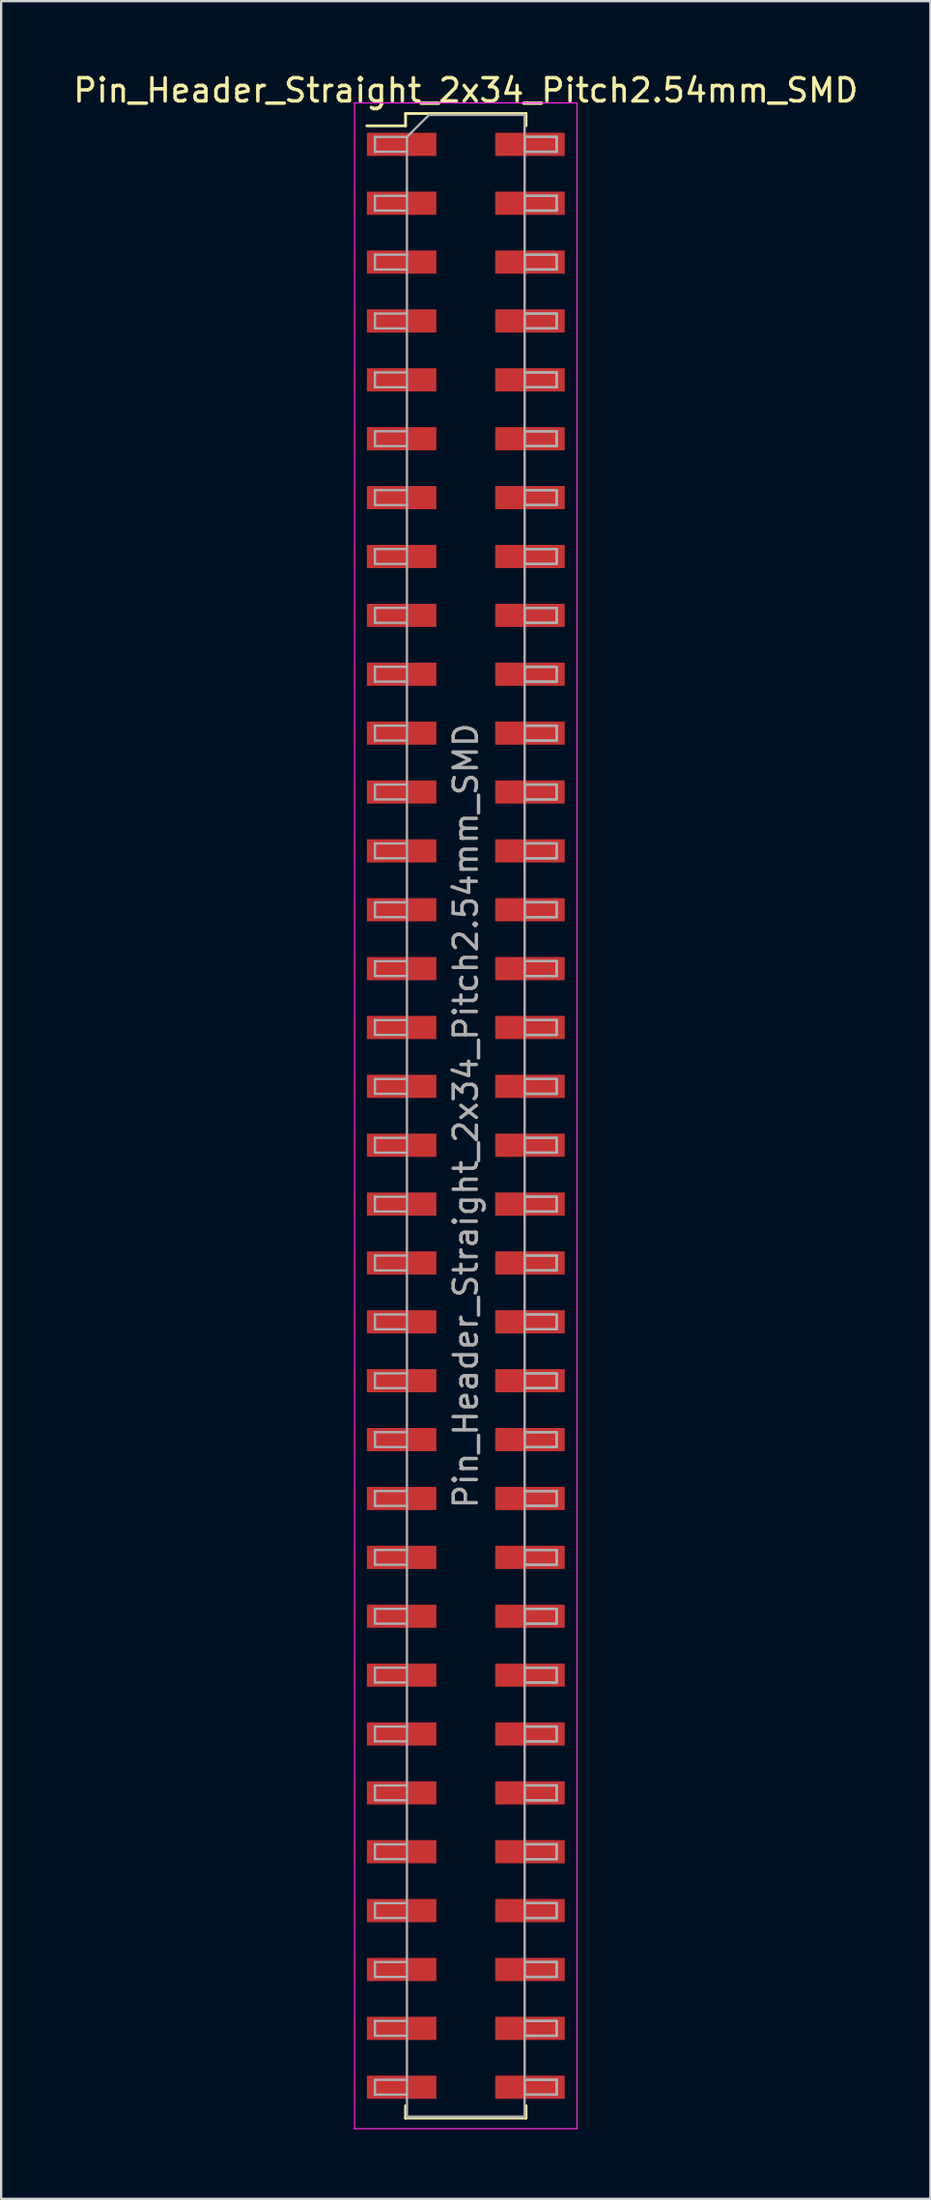
<source format=kicad_pcb>
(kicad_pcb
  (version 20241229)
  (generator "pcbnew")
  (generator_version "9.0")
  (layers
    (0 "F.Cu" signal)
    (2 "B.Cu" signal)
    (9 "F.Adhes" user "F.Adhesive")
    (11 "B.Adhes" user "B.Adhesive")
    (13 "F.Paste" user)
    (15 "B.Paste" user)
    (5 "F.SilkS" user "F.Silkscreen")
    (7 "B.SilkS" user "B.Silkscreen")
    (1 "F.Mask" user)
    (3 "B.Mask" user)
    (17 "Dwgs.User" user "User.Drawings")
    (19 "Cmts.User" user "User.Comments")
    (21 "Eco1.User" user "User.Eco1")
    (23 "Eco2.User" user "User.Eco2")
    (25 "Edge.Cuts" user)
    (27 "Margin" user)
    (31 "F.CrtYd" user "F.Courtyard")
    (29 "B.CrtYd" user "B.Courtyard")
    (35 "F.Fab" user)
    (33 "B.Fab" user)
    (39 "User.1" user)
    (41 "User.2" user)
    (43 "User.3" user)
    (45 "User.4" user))
  (footprint "Pin_Header_Straight_2x34_Pitch2.54mm_SMD"
    (layer "F.Cu")
    (at 17.054 45.088)
    (property "Reference" "Pin_Header_Straight_2x34_Pitch2.54mm_SMD" (at 0 -44.24 0) (layer "F.SilkS") (effects (font (size 1 1) (thickness 0.15))))
    (attr smd)
    (fp_line (start -4.27 -42.71) (end -2.6 -42.71) (stroke (width 0.12) (type solid)) (layer "F.SilkS"))
    (fp_line (start -2.6 -43.24) (end 2.6 -43.24) (stroke (width 0.12) (type solid)) (layer "F.SilkS"))
    (fp_line (start -2.6 -42.71) (end -2.6 -43.24) (stroke (width 0.12) (type solid)) (layer "F.SilkS"))
    (fp_line (start -2.6 42.71) (end -2.6 43.24) (stroke (width 0.12) (type solid)) (layer "F.SilkS"))
    (fp_line (start -2.6 43.24) (end 2.6 43.24) (stroke (width 0.12) (type solid)) (layer "F.SilkS"))
    (fp_line (start 2.6 -43.24) (end 2.6 -42.71) (stroke (width 0.12) (type solid)) (layer "F.SilkS"))
    (fp_line (start 2.6 43.24) (end 2.6 42.71) (stroke (width 0.12) (type solid)) (layer "F.SilkS"))
    (fp_line (start -4.8 -43.7) (end -4.8 43.7) (stroke (width 0.05) (type solid)) (layer "F.CrtYd"))
    (fp_line (start -4.8 43.7) (end 4.8 43.7) (stroke (width 0.05) (type solid)) (layer "F.CrtYd"))
    (fp_line (start 4.8 -43.7) (end -4.8 -43.7) (stroke (width 0.05) (type solid)) (layer "F.CrtYd"))
    (fp_line (start 4.8 43.7) (end 4.8 -43.7) (stroke (width 0.05) (type solid)) (layer "F.CrtYd"))
    (fp_line (start -3.92 -42.23) (end -3.92 -41.59) (stroke (width 0.1) (type solid)) (layer "F.Fab"))
    (fp_line (start -3.92 -41.59) (end -2.54 -41.59) (stroke (width 0.1) (type solid)) (layer "F.Fab"))
    (fp_line (start -3.92 -39.69) (end -3.92 -39.05) (stroke (width 0.1) (type solid)) (layer "F.Fab"))
    (fp_line (start -3.92 -39.05) (end -2.54 -39.05) (stroke (width 0.1) (type solid)) (layer "F.Fab"))
    (fp_line (start -3.92 -37.15) (end -3.92 -36.51) (stroke (width 0.1) (type solid)) (layer "F.Fab"))
    (fp_line (start -3.92 -36.51) (end -2.54 -36.51) (stroke (width 0.1) (type solid)) (layer "F.Fab"))
    (fp_line (start -3.92 -34.61) (end -3.92 -33.97) (stroke (width 0.1) (type solid)) (layer "F.Fab"))
    (fp_line (start -3.92 -33.97) (end -2.54 -33.97) (stroke (width 0.1) (type solid)) (layer "F.Fab"))
    (fp_line (start -3.92 -32.07) (end -3.92 -31.43) (stroke (width 0.1) (type solid)) (layer "F.Fab"))
    (fp_line (start -3.92 -31.43) (end -2.54 -31.43) (stroke (width 0.1) (type solid)) (layer "F.Fab"))
    (fp_line (start -3.92 -29.53) (end -3.92 -28.89) (stroke (width 0.1) (type solid)) (layer "F.Fab"))
    (fp_line (start -3.92 -28.89) (end -2.54 -28.89) (stroke (width 0.1) (type solid)) (layer "F.Fab"))
    (fp_line (start -3.92 -26.99) (end -3.92 -26.35) (stroke (width 0.1) (type solid)) (layer "F.Fab"))
    (fp_line (start -3.92 -26.35) (end -2.54 -26.35) (stroke (width 0.1) (type solid)) (layer "F.Fab"))
    (fp_line (start -3.92 -24.45) (end -3.92 -23.81) (stroke (width 0.1) (type solid)) (layer "F.Fab"))
    (fp_line (start -3.92 -23.81) (end -2.54 -23.81) (stroke (width 0.1) (type solid)) (layer "F.Fab"))
    (fp_line (start -3.92 -21.91) (end -3.92 -21.27) (stroke (width 0.1) (type solid)) (layer "F.Fab"))
    (fp_line (start -3.92 -21.27) (end -2.54 -21.27) (stroke (width 0.1) (type solid)) (layer "F.Fab"))
    (fp_line (start -3.92 -19.37) (end -3.92 -18.73) (stroke (width 0.1) (type solid)) (layer "F.Fab"))
    (fp_line (start -3.92 -18.73) (end -2.54 -18.73) (stroke (width 0.1) (type solid)) (layer "F.Fab"))
    (fp_line (start -3.92 -16.83) (end -3.92 -16.19) (stroke (width 0.1) (type solid)) (layer "F.Fab"))
    (fp_line (start -3.92 -16.19) (end -2.54 -16.19) (stroke (width 0.1) (type solid)) (layer "F.Fab"))
    (fp_line (start -3.92 -14.29) (end -3.92 -13.65) (stroke (width 0.1) (type solid)) (layer "F.Fab"))
    (fp_line (start -3.92 -13.65) (end -2.54 -13.65) (stroke (width 0.1) (type solid)) (layer "F.Fab"))
    (fp_line (start -3.92 -11.75) (end -3.92 -11.11) (stroke (width 0.1) (type solid)) (layer "F.Fab"))
    (fp_line (start -3.92 -11.11) (end -2.54 -11.11) (stroke (width 0.1) (type solid)) (layer "F.Fab"))
    (fp_line (start -3.92 -9.21) (end -3.92 -8.57) (stroke (width 0.1) (type solid)) (layer "F.Fab"))
    (fp_line (start -3.92 -8.57) (end -2.54 -8.57) (stroke (width 0.1) (type solid)) (layer "F.Fab"))
    (fp_line (start -3.92 -6.67) (end -3.92 -6.03) (stroke (width 0.1) (type solid)) (layer "F.Fab"))
    (fp_line (start -3.92 -6.03) (end -2.54 -6.03) (stroke (width 0.1) (type solid)) (layer "F.Fab"))
    (fp_line (start -3.92 -4.13) (end -3.92 -3.49) (stroke (width 0.1) (type solid)) (layer "F.Fab"))
    (fp_line (start -3.92 -3.49) (end -2.54 -3.49) (stroke (width 0.1) (type solid)) (layer "F.Fab"))
    (fp_line (start -3.92 -1.59) (end -3.92 -0.95) (stroke (width 0.1) (type solid)) (layer "F.Fab"))
    (fp_line (start -3.92 -0.95) (end -2.54 -0.95) (stroke (width 0.1) (type solid)) (layer "F.Fab"))
    (fp_line (start -3.92 0.95) (end -3.92 1.59) (stroke (width 0.1) (type solid)) (layer "F.Fab"))
    (fp_line (start -3.92 1.59) (end -2.54 1.59) (stroke (width 0.1) (type solid)) (layer "F.Fab"))
    (fp_line (start -3.92 3.49) (end -3.92 4.13) (stroke (width 0.1) (type solid)) (layer "F.Fab"))
    (fp_line (start -3.92 4.13) (end -2.54 4.13) (stroke (width 0.1) (type solid)) (layer "F.Fab"))
    (fp_line (start -3.92 6.03) (end -3.92 6.67) (stroke (width 0.1) (type solid)) (layer "F.Fab"))
    (fp_line (start -3.92 6.67) (end -2.54 6.67) (stroke (width 0.1) (type solid)) (layer "F.Fab"))
    (fp_line (start -3.92 8.57) (end -3.92 9.21) (stroke (width 0.1) (type solid)) (layer "F.Fab"))
    (fp_line (start -3.92 9.21) (end -2.54 9.21) (stroke (width 0.1) (type solid)) (layer "F.Fab"))
    (fp_line (start -3.92 11.11) (end -3.92 11.75) (stroke (width 0.1) (type solid)) (layer "F.Fab"))
    (fp_line (start -3.92 11.75) (end -2.54 11.75) (stroke (width 0.1) (type solid)) (layer "F.Fab"))
    (fp_line (start -3.92 13.65) (end -3.92 14.29) (stroke (width 0.1) (type solid)) (layer "F.Fab"))
    (fp_line (start -3.92 14.29) (end -2.54 14.29) (stroke (width 0.1) (type solid)) (layer "F.Fab"))
    (fp_line (start -3.92 16.19) (end -3.92 16.83) (stroke (width 0.1) (type solid)) (layer "F.Fab"))
    (fp_line (start -3.92 16.83) (end -2.54 16.83) (stroke (width 0.1) (type solid)) (layer "F.Fab"))
    (fp_line (start -3.92 18.73) (end -3.92 19.37) (stroke (width 0.1) (type solid)) (layer "F.Fab"))
    (fp_line (start -3.92 19.37) (end -2.54 19.37) (stroke (width 0.1) (type solid)) (layer "F.Fab"))
    (fp_line (start -3.92 21.27) (end -3.92 21.91) (stroke (width 0.1) (type solid)) (layer "F.Fab"))
    (fp_line (start -3.92 21.91) (end -2.54 21.91) (stroke (width 0.1) (type solid)) (layer "F.Fab"))
    (fp_line (start -3.92 23.81) (end -3.92 24.45) (stroke (width 0.1) (type solid)) (layer "F.Fab"))
    (fp_line (start -3.92 24.45) (end -2.54 24.45) (stroke (width 0.1) (type solid)) (layer "F.Fab"))
    (fp_line (start -3.92 26.35) (end -3.92 26.99) (stroke (width 0.1) (type solid)) (layer "F.Fab"))
    (fp_line (start -3.92 26.99) (end -2.54 26.99) (stroke (width 0.1) (type solid)) (layer "F.Fab"))
    (fp_line (start -3.92 28.89) (end -3.92 29.53) (stroke (width 0.1) (type solid)) (layer "F.Fab"))
    (fp_line (start -3.92 29.53) (end -2.54 29.53) (stroke (width 0.1) (type solid)) (layer "F.Fab"))
    (fp_line (start -3.92 31.43) (end -3.92 32.07) (stroke (width 0.1) (type solid)) (layer "F.Fab"))
    (fp_line (start -3.92 32.07) (end -2.54 32.07) (stroke (width 0.1) (type solid)) (layer "F.Fab"))
    (fp_line (start -3.92 33.97) (end -3.92 34.61) (stroke (width 0.1) (type solid)) (layer "F.Fab"))
    (fp_line (start -3.92 34.61) (end -2.54 34.61) (stroke (width 0.1) (type solid)) (layer "F.Fab"))
    (fp_line (start -3.92 36.51) (end -3.92 37.15) (stroke (width 0.1) (type solid)) (layer "F.Fab"))
    (fp_line (start -3.92 37.15) (end -2.54 37.15) (stroke (width 0.1) (type solid)) (layer "F.Fab"))
    (fp_line (start -3.92 39.05) (end -3.92 39.69) (stroke (width 0.1) (type solid)) (layer "F.Fab"))
    (fp_line (start -3.92 39.69) (end -2.54 39.69) (stroke (width 0.1) (type solid)) (layer "F.Fab"))
    (fp_line (start -3.92 41.59) (end -3.92 42.23) (stroke (width 0.1) (type solid)) (layer "F.Fab"))
    (fp_line (start -3.92 42.23) (end -2.54 42.23) (stroke (width 0.1) (type solid)) (layer "F.Fab"))
    (fp_line (start -2.54 -42.23) (end -3.92 -42.23) (stroke (width 0.1) (type solid)) (layer "F.Fab"))
    (fp_line (start -2.54 -42.23) (end -1.59 -43.18) (stroke (width 0.1) (type solid)) (layer "F.Fab"))
    (fp_line (start -2.54 -39.69) (end -3.92 -39.69) (stroke (width 0.1) (type solid)) (layer "F.Fab"))
    (fp_line (start -2.54 -37.15) (end -3.92 -37.15) (stroke (width 0.1) (type solid)) (layer "F.Fab"))
    (fp_line (start -2.54 -34.61) (end -3.92 -34.61) (stroke (width 0.1) (type solid)) (layer "F.Fab"))
    (fp_line (start -2.54 -32.07) (end -3.92 -32.07) (stroke (width 0.1) (type solid)) (layer "F.Fab"))
    (fp_line (start -2.54 -29.53) (end -3.92 -29.53) (stroke (width 0.1) (type solid)) (layer "F.Fab"))
    (fp_line (start -2.54 -26.99) (end -3.92 -26.99) (stroke (width 0.1) (type solid)) (layer "F.Fab"))
    (fp_line (start -2.54 -24.45) (end -3.92 -24.45) (stroke (width 0.1) (type solid)) (layer "F.Fab"))
    (fp_line (start -2.54 -21.91) (end -3.92 -21.91) (stroke (width 0.1) (type solid)) (layer "F.Fab"))
    (fp_line (start -2.54 -19.37) (end -3.92 -19.37) (stroke (width 0.1) (type solid)) (layer "F.Fab"))
    (fp_line (start -2.54 -16.83) (end -3.92 -16.83) (stroke (width 0.1) (type solid)) (layer "F.Fab"))
    (fp_line (start -2.54 -14.29) (end -3.92 -14.29) (stroke (width 0.1) (type solid)) (layer "F.Fab"))
    (fp_line (start -2.54 -11.75) (end -3.92 -11.75) (stroke (width 0.1) (type solid)) (layer "F.Fab"))
    (fp_line (start -2.54 -9.21) (end -3.92 -9.21) (stroke (width 0.1) (type solid)) (layer "F.Fab"))
    (fp_line (start -2.54 -6.67) (end -3.92 -6.67) (stroke (width 0.1) (type solid)) (layer "F.Fab"))
    (fp_line (start -2.54 -4.13) (end -3.92 -4.13) (stroke (width 0.1) (type solid)) (layer "F.Fab"))
    (fp_line (start -2.54 -1.59) (end -3.92 -1.59) (stroke (width 0.1) (type solid)) (layer "F.Fab"))
    (fp_line (start -2.54 0.95) (end -3.92 0.95) (stroke (width 0.1) (type solid)) (layer "F.Fab"))
    (fp_line (start -2.54 3.49) (end -3.92 3.49) (stroke (width 0.1) (type solid)) (layer "F.Fab"))
    (fp_line (start -2.54 6.03) (end -3.92 6.03) (stroke (width 0.1) (type solid)) (layer "F.Fab"))
    (fp_line (start -2.54 8.57) (end -3.92 8.57) (stroke (width 0.1) (type solid)) (layer "F.Fab"))
    (fp_line (start -2.54 11.11) (end -3.92 11.11) (stroke (width 0.1) (type solid)) (layer "F.Fab"))
    (fp_line (start -2.54 13.65) (end -3.92 13.65) (stroke (width 0.1) (type solid)) (layer "F.Fab"))
    (fp_line (start -2.54 16.19) (end -3.92 16.19) (stroke (width 0.1) (type solid)) (layer "F.Fab"))
    (fp_line (start -2.54 18.73) (end -3.92 18.73) (stroke (width 0.1) (type solid)) (layer "F.Fab"))
    (fp_line (start -2.54 21.27) (end -3.92 21.27) (stroke (width 0.1) (type solid)) (layer "F.Fab"))
    (fp_line (start -2.54 23.81) (end -3.92 23.81) (stroke (width 0.1) (type solid)) (layer "F.Fab"))
    (fp_line (start -2.54 26.35) (end -3.92 26.35) (stroke (width 0.1) (type solid)) (layer "F.Fab"))
    (fp_line (start -2.54 28.89) (end -3.92 28.89) (stroke (width 0.1) (type solid)) (layer "F.Fab"))
    (fp_line (start -2.54 31.43) (end -3.92 31.43) (stroke (width 0.1) (type solid)) (layer "F.Fab"))
    (fp_line (start -2.54 33.97) (end -3.92 33.97) (stroke (width 0.1) (type solid)) (layer "F.Fab"))
    (fp_line (start -2.54 36.51) (end -3.92 36.51) (stroke (width 0.1) (type solid)) (layer "F.Fab"))
    (fp_line (start -2.54 39.05) (end -3.92 39.05) (stroke (width 0.1) (type solid)) (layer "F.Fab"))
    (fp_line (start -2.54 41.59) (end -3.92 41.59) (stroke (width 0.1) (type solid)) (layer "F.Fab"))
    (fp_line (start -2.54 43.18) (end -2.54 -42.23) (stroke (width 0.1) (type solid)) (layer "F.Fab"))
    (fp_line (start -1.59 -43.18) (end 2.54 -43.18) (stroke (width 0.1) (type solid)) (layer "F.Fab"))
    (fp_line (start 2.54 -43.18) (end 2.54 43.18) (stroke (width 0.1) (type solid)) (layer "F.Fab"))
    (fp_line (start 2.54 -42.23) (end 2.54 -41.59) (stroke (width 0.1) (type solid)) (layer "F.Fab"))
    (fp_line (start 2.54 -42.23) (end 3.92 -42.23) (stroke (width 0.1) (type solid)) (layer "F.Fab"))
    (fp_line (start 2.54 -41.59) (end 3.92 -41.59) (stroke (width 0.1) (type solid)) (layer "F.Fab"))
    (fp_line (start 2.54 -39.69) (end 2.54 -39.05) (stroke (width 0.1) (type solid)) (layer "F.Fab"))
    (fp_line (start 2.54 -39.69) (end 3.92 -39.69) (stroke (width 0.1) (type solid)) (layer "F.Fab"))
    (fp_line (start 2.54 -39.05) (end 3.92 -39.05) (stroke (width 0.1) (type solid)) (layer "F.Fab"))
    (fp_line (start 2.54 -37.15) (end 2.54 -36.51) (stroke (width 0.1) (type solid)) (layer "F.Fab"))
    (fp_line (start 2.54 -37.15) (end 3.92 -37.15) (stroke (width 0.1) (type solid)) (layer "F.Fab"))
    (fp_line (start 2.54 -36.51) (end 3.92 -36.51) (stroke (width 0.1) (type solid)) (layer "F.Fab"))
    (fp_line (start 2.54 -34.61) (end 2.54 -33.97) (stroke (width 0.1) (type solid)) (layer "F.Fab"))
    (fp_line (start 2.54 -34.61) (end 3.92 -34.61) (stroke (width 0.1) (type solid)) (layer "F.Fab"))
    (fp_line (start 2.54 -33.97) (end 3.92 -33.97) (stroke (width 0.1) (type solid)) (layer "F.Fab"))
    (fp_line (start 2.54 -32.07) (end 2.54 -31.43) (stroke (width 0.1) (type solid)) (layer "F.Fab"))
    (fp_line (start 2.54 -32.07) (end 3.92 -32.07) (stroke (width 0.1) (type solid)) (layer "F.Fab"))
    (fp_line (start 2.54 -31.43) (end 3.92 -31.43) (stroke (width 0.1) (type solid)) (layer "F.Fab"))
    (fp_line (start 2.54 -29.53) (end 2.54 -28.89) (stroke (width 0.1) (type solid)) (layer "F.Fab"))
    (fp_line (start 2.54 -29.53) (end 3.92 -29.53) (stroke (width 0.1) (type solid)) (layer "F.Fab"))
    (fp_line (start 2.54 -28.89) (end 3.92 -28.89) (stroke (width 0.1) (type solid)) (layer "F.Fab"))
    (fp_line (start 2.54 -26.99) (end 2.54 -26.35) (stroke (width 0.1) (type solid)) (layer "F.Fab"))
    (fp_line (start 2.54 -26.99) (end 3.92 -26.99) (stroke (width 0.1) (type solid)) (layer "F.Fab"))
    (fp_line (start 2.54 -26.35) (end 3.92 -26.35) (stroke (width 0.1) (type solid)) (layer "F.Fab"))
    (fp_line (start 2.54 -24.45) (end 2.54 -23.81) (stroke (width 0.1) (type solid)) (layer "F.Fab"))
    (fp_line (start 2.54 -24.45) (end 3.92 -24.45) (stroke (width 0.1) (type solid)) (layer "F.Fab"))
    (fp_line (start 2.54 -23.81) (end 3.92 -23.81) (stroke (width 0.1) (type solid)) (layer "F.Fab"))
    (fp_line (start 2.54 -21.91) (end 2.54 -21.27) (stroke (width 0.1) (type solid)) (layer "F.Fab"))
    (fp_line (start 2.54 -21.91) (end 3.92 -21.91) (stroke (width 0.1) (type solid)) (layer "F.Fab"))
    (fp_line (start 2.54 -21.27) (end 3.92 -21.27) (stroke (width 0.1) (type solid)) (layer "F.Fab"))
    (fp_line (start 2.54 -19.37) (end 2.54 -18.73) (stroke (width 0.1) (type solid)) (layer "F.Fab"))
    (fp_line (start 2.54 -19.37) (end 3.92 -19.37) (stroke (width 0.1) (type solid)) (layer "F.Fab"))
    (fp_line (start 2.54 -18.73) (end 3.92 -18.73) (stroke (width 0.1) (type solid)) (layer "F.Fab"))
    (fp_line (start 2.54 -16.83) (end 2.54 -16.19) (stroke (width 0.1) (type solid)) (layer "F.Fab"))
    (fp_line (start 2.54 -16.83) (end 3.92 -16.83) (stroke (width 0.1) (type solid)) (layer "F.Fab"))
    (fp_line (start 2.54 -16.19) (end 3.92 -16.19) (stroke (width 0.1) (type solid)) (layer "F.Fab"))
    (fp_line (start 2.54 -14.29) (end 2.54 -13.65) (stroke (width 0.1) (type solid)) (layer "F.Fab"))
    (fp_line (start 2.54 -14.29) (end 3.92 -14.29) (stroke (width 0.1) (type solid)) (layer "F.Fab"))
    (fp_line (start 2.54 -13.65) (end 3.92 -13.65) (stroke (width 0.1) (type solid)) (layer "F.Fab"))
    (fp_line (start 2.54 -11.75) (end 2.54 -11.11) (stroke (width 0.1) (type solid)) (layer "F.Fab"))
    (fp_line (start 2.54 -11.75) (end 3.92 -11.75) (stroke (width 0.1) (type solid)) (layer "F.Fab"))
    (fp_line (start 2.54 -11.11) (end 3.92 -11.11) (stroke (width 0.1) (type solid)) (layer "F.Fab"))
    (fp_line (start 2.54 -9.21) (end 2.54 -8.57) (stroke (width 0.1) (type solid)) (layer "F.Fab"))
    (fp_line (start 2.54 -9.21) (end 3.92 -9.21) (stroke (width 0.1) (type solid)) (layer "F.Fab"))
    (fp_line (start 2.54 -8.57) (end 3.92 -8.57) (stroke (width 0.1) (type solid)) (layer "F.Fab"))
    (fp_line (start 2.54 -6.67) (end 2.54 -6.03) (stroke (width 0.1) (type solid)) (layer "F.Fab"))
    (fp_line (start 2.54 -6.67) (end 3.92 -6.67) (stroke (width 0.1) (type solid)) (layer "F.Fab"))
    (fp_line (start 2.54 -6.03) (end 3.92 -6.03) (stroke (width 0.1) (type solid)) (layer "F.Fab"))
    (fp_line (start 2.54 -4.13) (end 2.54 -3.49) (stroke (width 0.1) (type solid)) (layer "F.Fab"))
    (fp_line (start 2.54 -4.13) (end 3.92 -4.13) (stroke (width 0.1) (type solid)) (layer "F.Fab"))
    (fp_line (start 2.54 -3.49) (end 3.92 -3.49) (stroke (width 0.1) (type solid)) (layer "F.Fab"))
    (fp_line (start 2.54 -1.59) (end 2.54 -0.95) (stroke (width 0.1) (type solid)) (layer "F.Fab"))
    (fp_line (start 2.54 -1.59) (end 3.92 -1.59) (stroke (width 0.1) (type solid)) (layer "F.Fab"))
    (fp_line (start 2.54 -0.95) (end 3.92 -0.95) (stroke (width 0.1) (type solid)) (layer "F.Fab"))
    (fp_line (start 2.54 0.95) (end 2.54 1.59) (stroke (width 0.1) (type solid)) (layer "F.Fab"))
    (fp_line (start 2.54 0.95) (end 3.92 0.95) (stroke (width 0.1) (type solid)) (layer "F.Fab"))
    (fp_line (start 2.54 1.59) (end 3.92 1.59) (stroke (width 0.1) (type solid)) (layer "F.Fab"))
    (fp_line (start 2.54 3.49) (end 2.54 4.13) (stroke (width 0.1) (type solid)) (layer "F.Fab"))
    (fp_line (start 2.54 3.49) (end 3.92 3.49) (stroke (width 0.1) (type solid)) (layer "F.Fab"))
    (fp_line (start 2.54 4.13) (end 3.92 4.13) (stroke (width 0.1) (type solid)) (layer "F.Fab"))
    (fp_line (start 2.54 6.03) (end 2.54 6.67) (stroke (width 0.1) (type solid)) (layer "F.Fab"))
    (fp_line (start 2.54 6.03) (end 3.92 6.03) (stroke (width 0.1) (type solid)) (layer "F.Fab"))
    (fp_line (start 2.54 6.67) (end 3.92 6.67) (stroke (width 0.1) (type solid)) (layer "F.Fab"))
    (fp_line (start 2.54 8.57) (end 2.54 9.21) (stroke (width 0.1) (type solid)) (layer "F.Fab"))
    (fp_line (start 2.54 8.57) (end 3.92 8.57) (stroke (width 0.1) (type solid)) (layer "F.Fab"))
    (fp_line (start 2.54 9.21) (end 3.92 9.21) (stroke (width 0.1) (type solid)) (layer "F.Fab"))
    (fp_line (start 2.54 11.11) (end 2.54 11.75) (stroke (width 0.1) (type solid)) (layer "F.Fab"))
    (fp_line (start 2.54 11.11) (end 3.92 11.11) (stroke (width 0.1) (type solid)) (layer "F.Fab"))
    (fp_line (start 2.54 11.75) (end 3.92 11.75) (stroke (width 0.1) (type solid)) (layer "F.Fab"))
    (fp_line (start 2.54 13.65) (end 2.54 14.29) (stroke (width 0.1) (type solid)) (layer "F.Fab"))
    (fp_line (start 2.54 13.65) (end 3.92 13.65) (stroke (width 0.1) (type solid)) (layer "F.Fab"))
    (fp_line (start 2.54 14.29) (end 3.92 14.29) (stroke (width 0.1) (type solid)) (layer "F.Fab"))
    (fp_line (start 2.54 16.19) (end 2.54 16.83) (stroke (width 0.1) (type solid)) (layer "F.Fab"))
    (fp_line (start 2.54 16.19) (end 3.92 16.19) (stroke (width 0.1) (type solid)) (layer "F.Fab"))
    (fp_line (start 2.54 16.83) (end 3.92 16.83) (stroke (width 0.1) (type solid)) (layer "F.Fab"))
    (fp_line (start 2.54 18.73) (end 2.54 19.37) (stroke (width 0.1) (type solid)) (layer "F.Fab"))
    (fp_line (start 2.54 18.73) (end 3.92 18.73) (stroke (width 0.1) (type solid)) (layer "F.Fab"))
    (fp_line (start 2.54 19.37) (end 3.92 19.37) (stroke (width 0.1) (type solid)) (layer "F.Fab"))
    (fp_line (start 2.54 21.27) (end 2.54 21.91) (stroke (width 0.1) (type solid)) (layer "F.Fab"))
    (fp_line (start 2.54 21.27) (end 3.92 21.27) (stroke (width 0.1) (type solid)) (layer "F.Fab"))
    (fp_line (start 2.54 21.91) (end 3.92 21.91) (stroke (width 0.1) (type solid)) (layer "F.Fab"))
    (fp_line (start 2.54 23.81) (end 2.54 24.45) (stroke (width 0.1) (type solid)) (layer "F.Fab"))
    (fp_line (start 2.54 23.81) (end 3.92 23.81) (stroke (width 0.1) (type solid)) (layer "F.Fab"))
    (fp_line (start 2.54 24.45) (end 3.92 24.45) (stroke (width 0.1) (type solid)) (layer "F.Fab"))
    (fp_line (start 2.54 26.35) (end 2.54 26.99) (stroke (width 0.1) (type solid)) (layer "F.Fab"))
    (fp_line (start 2.54 26.35) (end 3.92 26.35) (stroke (width 0.1) (type solid)) (layer "F.Fab"))
    (fp_line (start 2.54 26.99) (end 3.92 26.99) (stroke (width 0.1) (type solid)) (layer "F.Fab"))
    (fp_line (start 2.54 28.89) (end 2.54 29.53) (stroke (width 0.1) (type solid)) (layer "F.Fab"))
    (fp_line (start 2.54 28.89) (end 3.92 28.89) (stroke (width 0.1) (type solid)) (layer "F.Fab"))
    (fp_line (start 2.54 29.53) (end 3.92 29.53) (stroke (width 0.1) (type solid)) (layer "F.Fab"))
    (fp_line (start 2.54 31.43) (end 2.54 32.07) (stroke (width 0.1) (type solid)) (layer "F.Fab"))
    (fp_line (start 2.54 31.43) (end 3.92 31.43) (stroke (width 0.1) (type solid)) (layer "F.Fab"))
    (fp_line (start 2.54 32.07) (end 3.92 32.07) (stroke (width 0.1) (type solid)) (layer "F.Fab"))
    (fp_line (start 2.54 33.97) (end 2.54 34.61) (stroke (width 0.1) (type solid)) (layer "F.Fab"))
    (fp_line (start 2.54 33.97) (end 3.92 33.97) (stroke (width 0.1) (type solid)) (layer "F.Fab"))
    (fp_line (start 2.54 34.61) (end 3.92 34.61) (stroke (width 0.1) (type solid)) (layer "F.Fab"))
    (fp_line (start 2.54 36.51) (end 2.54 37.15) (stroke (width 0.1) (type solid)) (layer "F.Fab"))
    (fp_line (start 2.54 36.51) (end 3.92 36.51) (stroke (width 0.1) (type solid)) (layer "F.Fab"))
    (fp_line (start 2.54 37.15) (end 3.92 37.15) (stroke (width 0.1) (type solid)) (layer "F.Fab"))
    (fp_line (start 2.54 39.05) (end 2.54 39.69) (stroke (width 0.1) (type solid)) (layer "F.Fab"))
    (fp_line (start 2.54 39.05) (end 3.92 39.05) (stroke (width 0.1) (type solid)) (layer "F.Fab"))
    (fp_line (start 2.54 39.69) (end 3.92 39.69) (stroke (width 0.1) (type solid)) (layer "F.Fab"))
    (fp_line (start 2.54 41.59) (end 2.54 42.23) (stroke (width 0.1) (type solid)) (layer "F.Fab"))
    (fp_line (start 2.54 41.59) (end 3.92 41.59) (stroke (width 0.1) (type solid)) (layer "F.Fab"))
    (fp_line (start 2.54 42.23) (end 3.92 42.23) (stroke (width 0.1) (type solid)) (layer "F.Fab"))
    (fp_line (start 2.54 43.18) (end -2.54 43.18) (stroke (width 0.1) (type solid)) (layer "F.Fab"))
    (fp_line (start 3.92 -42.23) (end 2.54 -42.23) (stroke (width 0.1) (type solid)) (layer "F.Fab"))
    (fp_line (start 3.92 -42.23) (end 3.92 -41.59) (stroke (width 0.1) (type solid)) (layer "F.Fab"))
    (fp_line (start 3.92 -41.59) (end 2.54 -41.59) (stroke (width 0.1) (type solid)) (layer "F.Fab"))
    (fp_line (start 3.92 -41.59) (end 3.92 -42.23) (stroke (width 0.1) (type solid)) (layer "F.Fab"))
    (fp_line (start 3.92 -39.69) (end 2.54 -39.69) (stroke (width 0.1) (type solid)) (layer "F.Fab"))
    (fp_line (start 3.92 -39.69) (end 3.92 -39.05) (stroke (width 0.1) (type solid)) (layer "F.Fab"))
    (fp_line (start 3.92 -39.05) (end 2.54 -39.05) (stroke (width 0.1) (type solid)) (layer "F.Fab"))
    (fp_line (start 3.92 -39.05) (end 3.92 -39.69) (stroke (width 0.1) (type solid)) (layer "F.Fab"))
    (fp_line (start 3.92 -37.15) (end 2.54 -37.15) (stroke (width 0.1) (type solid)) (layer "F.Fab"))
    (fp_line (start 3.92 -37.15) (end 3.92 -36.51) (stroke (width 0.1) (type solid)) (layer "F.Fab"))
    (fp_line (start 3.92 -36.51) (end 2.54 -36.51) (stroke (width 0.1) (type solid)) (layer "F.Fab"))
    (fp_line (start 3.92 -36.51) (end 3.92 -37.15) (stroke (width 0.1) (type solid)) (layer "F.Fab"))
    (fp_line (start 3.92 -34.61) (end 2.54 -34.61) (stroke (width 0.1) (type solid)) (layer "F.Fab"))
    (fp_line (start 3.92 -34.61) (end 3.92 -33.97) (stroke (width 0.1) (type solid)) (layer "F.Fab"))
    (fp_line (start 3.92 -33.97) (end 2.54 -33.97) (stroke (width 0.1) (type solid)) (layer "F.Fab"))
    (fp_line (start 3.92 -33.97) (end 3.92 -34.61) (stroke (width 0.1) (type solid)) (layer "F.Fab"))
    (fp_line (start 3.92 -32.07) (end 2.54 -32.07) (stroke (width 0.1) (type solid)) (layer "F.Fab"))
    (fp_line (start 3.92 -32.07) (end 3.92 -31.43) (stroke (width 0.1) (type solid)) (layer "F.Fab"))
    (fp_line (start 3.92 -31.43) (end 2.54 -31.43) (stroke (width 0.1) (type solid)) (layer "F.Fab"))
    (fp_line (start 3.92 -31.43) (end 3.92 -32.07) (stroke (width 0.1) (type solid)) (layer "F.Fab"))
    (fp_line (start 3.92 -29.53) (end 2.54 -29.53) (stroke (width 0.1) (type solid)) (layer "F.Fab"))
    (fp_line (start 3.92 -29.53) (end 3.92 -28.89) (stroke (width 0.1) (type solid)) (layer "F.Fab"))
    (fp_line (start 3.92 -28.89) (end 2.54 -28.89) (stroke (width 0.1) (type solid)) (layer "F.Fab"))
    (fp_line (start 3.92 -28.89) (end 3.92 -29.53) (stroke (width 0.1) (type solid)) (layer "F.Fab"))
    (fp_line (start 3.92 -26.99) (end 2.54 -26.99) (stroke (width 0.1) (type solid)) (layer "F.Fab"))
    (fp_line (start 3.92 -26.99) (end 3.92 -26.35) (stroke (width 0.1) (type solid)) (layer "F.Fab"))
    (fp_line (start 3.92 -26.35) (end 2.54 -26.35) (stroke (width 0.1) (type solid)) (layer "F.Fab"))
    (fp_line (start 3.92 -26.35) (end 3.92 -26.99) (stroke (width 0.1) (type solid)) (layer "F.Fab"))
    (fp_line (start 3.92 -24.45) (end 2.54 -24.45) (stroke (width 0.1) (type solid)) (layer "F.Fab"))
    (fp_line (start 3.92 -24.45) (end 3.92 -23.81) (stroke (width 0.1) (type solid)) (layer "F.Fab"))
    (fp_line (start 3.92 -23.81) (end 2.54 -23.81) (stroke (width 0.1) (type solid)) (layer "F.Fab"))
    (fp_line (start 3.92 -23.81) (end 3.92 -24.45) (stroke (width 0.1) (type solid)) (layer "F.Fab"))
    (fp_line (start 3.92 -21.91) (end 2.54 -21.91) (stroke (width 0.1) (type solid)) (layer "F.Fab"))
    (fp_line (start 3.92 -21.91) (end 3.92 -21.27) (stroke (width 0.1) (type solid)) (layer "F.Fab"))
    (fp_line (start 3.92 -21.27) (end 2.54 -21.27) (stroke (width 0.1) (type solid)) (layer "F.Fab"))
    (fp_line (start 3.92 -21.27) (end 3.92 -21.91) (stroke (width 0.1) (type solid)) (layer "F.Fab"))
    (fp_line (start 3.92 -19.37) (end 2.54 -19.37) (stroke (width 0.1) (type solid)) (layer "F.Fab"))
    (fp_line (start 3.92 -19.37) (end 3.92 -18.73) (stroke (width 0.1) (type solid)) (layer "F.Fab"))
    (fp_line (start 3.92 -18.73) (end 2.54 -18.73) (stroke (width 0.1) (type solid)) (layer "F.Fab"))
    (fp_line (start 3.92 -18.73) (end 3.92 -19.37) (stroke (width 0.1) (type solid)) (layer "F.Fab"))
    (fp_line (start 3.92 -16.83) (end 2.54 -16.83) (stroke (width 0.1) (type solid)) (layer "F.Fab"))
    (fp_line (start 3.92 -16.83) (end 3.92 -16.19) (stroke (width 0.1) (type solid)) (layer "F.Fab"))
    (fp_line (start 3.92 -16.19) (end 2.54 -16.19) (stroke (width 0.1) (type solid)) (layer "F.Fab"))
    (fp_line (start 3.92 -16.19) (end 3.92 -16.83) (stroke (width 0.1) (type solid)) (layer "F.Fab"))
    (fp_line (start 3.92 -14.29) (end 2.54 -14.29) (stroke (width 0.1) (type solid)) (layer "F.Fab"))
    (fp_line (start 3.92 -14.29) (end 3.92 -13.65) (stroke (width 0.1) (type solid)) (layer "F.Fab"))
    (fp_line (start 3.92 -13.65) (end 2.54 -13.65) (stroke (width 0.1) (type solid)) (layer "F.Fab"))
    (fp_line (start 3.92 -13.65) (end 3.92 -14.29) (stroke (width 0.1) (type solid)) (layer "F.Fab"))
    (fp_line (start 3.92 -11.75) (end 2.54 -11.75) (stroke (width 0.1) (type solid)) (layer "F.Fab"))
    (fp_line (start 3.92 -11.75) (end 3.92 -11.11) (stroke (width 0.1) (type solid)) (layer "F.Fab"))
    (fp_line (start 3.92 -11.11) (end 2.54 -11.11) (stroke (width 0.1) (type solid)) (layer "F.Fab"))
    (fp_line (start 3.92 -11.11) (end 3.92 -11.75) (stroke (width 0.1) (type solid)) (layer "F.Fab"))
    (fp_line (start 3.92 -9.21) (end 2.54 -9.21) (stroke (width 0.1) (type solid)) (layer "F.Fab"))
    (fp_line (start 3.92 -9.21) (end 3.92 -8.57) (stroke (width 0.1) (type solid)) (layer "F.Fab"))
    (fp_line (start 3.92 -8.57) (end 2.54 -8.57) (stroke (width 0.1) (type solid)) (layer "F.Fab"))
    (fp_line (start 3.92 -8.57) (end 3.92 -9.21) (stroke (width 0.1) (type solid)) (layer "F.Fab"))
    (fp_line (start 3.92 -6.67) (end 2.54 -6.67) (stroke (width 0.1) (type solid)) (layer "F.Fab"))
    (fp_line (start 3.92 -6.67) (end 3.92 -6.03) (stroke (width 0.1) (type solid)) (layer "F.Fab"))
    (fp_line (start 3.92 -6.03) (end 2.54 -6.03) (stroke (width 0.1) (type solid)) (layer "F.Fab"))
    (fp_line (start 3.92 -6.03) (end 3.92 -6.67) (stroke (width 0.1) (type solid)) (layer "F.Fab"))
    (fp_line (start 3.92 -4.13) (end 2.54 -4.13) (stroke (width 0.1) (type solid)) (layer "F.Fab"))
    (fp_line (start 3.92 -4.13) (end 3.92 -3.49) (stroke (width 0.1) (type solid)) (layer "F.Fab"))
    (fp_line (start 3.92 -3.49) (end 2.54 -3.49) (stroke (width 0.1) (type solid)) (layer "F.Fab"))
    (fp_line (start 3.92 -3.49) (end 3.92 -4.13) (stroke (width 0.1) (type solid)) (layer "F.Fab"))
    (fp_line (start 3.92 -1.59) (end 2.54 -1.59) (stroke (width 0.1) (type solid)) (layer "F.Fab"))
    (fp_line (start 3.92 -1.59) (end 3.92 -0.95) (stroke (width 0.1) (type solid)) (layer "F.Fab"))
    (fp_line (start 3.92 -0.95) (end 2.54 -0.95) (stroke (width 0.1) (type solid)) (layer "F.Fab"))
    (fp_line (start 3.92 -0.95) (end 3.92 -1.59) (stroke (width 0.1) (type solid)) (layer "F.Fab"))
    (fp_line (start 3.92 0.95) (end 2.54 0.95) (stroke (width 0.1) (type solid)) (layer "F.Fab"))
    (fp_line (start 3.92 0.95) (end 3.92 1.59) (stroke (width 0.1) (type solid)) (layer "F.Fab"))
    (fp_line (start 3.92 1.59) (end 2.54 1.59) (stroke (width 0.1) (type solid)) (layer "F.Fab"))
    (fp_line (start 3.92 1.59) (end 3.92 0.95) (stroke (width 0.1) (type solid)) (layer "F.Fab"))
    (fp_line (start 3.92 3.49) (end 2.54 3.49) (stroke (width 0.1) (type solid)) (layer "F.Fab"))
    (fp_line (start 3.92 3.49) (end 3.92 4.13) (stroke (width 0.1) (type solid)) (layer "F.Fab"))
    (fp_line (start 3.92 4.13) (end 2.54 4.13) (stroke (width 0.1) (type solid)) (layer "F.Fab"))
    (fp_line (start 3.92 4.13) (end 3.92 3.49) (stroke (width 0.1) (type solid)) (layer "F.Fab"))
    (fp_line (start 3.92 6.03) (end 2.54 6.03) (stroke (width 0.1) (type solid)) (layer "F.Fab"))
    (fp_line (start 3.92 6.03) (end 3.92 6.67) (stroke (width 0.1) (type solid)) (layer "F.Fab"))
    (fp_line (start 3.92 6.67) (end 2.54 6.67) (stroke (width 0.1) (type solid)) (layer "F.Fab"))
    (fp_line (start 3.92 6.67) (end 3.92 6.03) (stroke (width 0.1) (type solid)) (layer "F.Fab"))
    (fp_line (start 3.92 8.57) (end 2.54 8.57) (stroke (width 0.1) (type solid)) (layer "F.Fab"))
    (fp_line (start 3.92 8.57) (end 3.92 9.21) (stroke (width 0.1) (type solid)) (layer "F.Fab"))
    (fp_line (start 3.92 9.21) (end 2.54 9.21) (stroke (width 0.1) (type solid)) (layer "F.Fab"))
    (fp_line (start 3.92 9.21) (end 3.92 8.57) (stroke (width 0.1) (type solid)) (layer "F.Fab"))
    (fp_line (start 3.92 11.11) (end 2.54 11.11) (stroke (width 0.1) (type solid)) (layer "F.Fab"))
    (fp_line (start 3.92 11.11) (end 3.92 11.75) (stroke (width 0.1) (type solid)) (layer "F.Fab"))
    (fp_line (start 3.92 11.75) (end 2.54 11.75) (stroke (width 0.1) (type solid)) (layer "F.Fab"))
    (fp_line (start 3.92 11.75) (end 3.92 11.11) (stroke (width 0.1) (type solid)) (layer "F.Fab"))
    (fp_line (start 3.92 13.65) (end 2.54 13.65) (stroke (width 0.1) (type solid)) (layer "F.Fab"))
    (fp_line (start 3.92 13.65) (end 3.92 14.29) (stroke (width 0.1) (type solid)) (layer "F.Fab"))
    (fp_line (start 3.92 14.29) (end 2.54 14.29) (stroke (width 0.1) (type solid)) (layer "F.Fab"))
    (fp_line (start 3.92 14.29) (end 3.92 13.65) (stroke (width 0.1) (type solid)) (layer "F.Fab"))
    (fp_line (start 3.92 16.19) (end 2.54 16.19) (stroke (width 0.1) (type solid)) (layer "F.Fab"))
    (fp_line (start 3.92 16.19) (end 3.92 16.83) (stroke (width 0.1) (type solid)) (layer "F.Fab"))
    (fp_line (start 3.92 16.83) (end 2.54 16.83) (stroke (width 0.1) (type solid)) (layer "F.Fab"))
    (fp_line (start 3.92 16.83) (end 3.92 16.19) (stroke (width 0.1) (type solid)) (layer "F.Fab"))
    (fp_line (start 3.92 18.73) (end 2.54 18.73) (stroke (width 0.1) (type solid)) (layer "F.Fab"))
    (fp_line (start 3.92 18.73) (end 3.92 19.37) (stroke (width 0.1) (type solid)) (layer "F.Fab"))
    (fp_line (start 3.92 19.37) (end 2.54 19.37) (stroke (width 0.1) (type solid)) (layer "F.Fab"))
    (fp_line (start 3.92 19.37) (end 3.92 18.73) (stroke (width 0.1) (type solid)) (layer "F.Fab"))
    (fp_line (start 3.92 21.27) (end 2.54 21.27) (stroke (width 0.1) (type solid)) (layer "F.Fab"))
    (fp_line (start 3.92 21.27) (end 3.92 21.91) (stroke (width 0.1) (type solid)) (layer "F.Fab"))
    (fp_line (start 3.92 21.91) (end 2.54 21.91) (stroke (width 0.1) (type solid)) (layer "F.Fab"))
    (fp_line (start 3.92 21.91) (end 3.92 21.27) (stroke (width 0.1) (type solid)) (layer "F.Fab"))
    (fp_line (start 3.92 23.81) (end 2.54 23.81) (stroke (width 0.1) (type solid)) (layer "F.Fab"))
    (fp_line (start 3.92 23.81) (end 3.92 24.45) (stroke (width 0.1) (type solid)) (layer "F.Fab"))
    (fp_line (start 3.92 24.45) (end 2.54 24.45) (stroke (width 0.1) (type solid)) (layer "F.Fab"))
    (fp_line (start 3.92 24.45) (end 3.92 23.81) (stroke (width 0.1) (type solid)) (layer "F.Fab"))
    (fp_line (start 3.92 26.35) (end 2.54 26.35) (stroke (width 0.1) (type solid)) (layer "F.Fab"))
    (fp_line (start 3.92 26.35) (end 3.92 26.99) (stroke (width 0.1) (type solid)) (layer "F.Fab"))
    (fp_line (start 3.92 26.99) (end 2.54 26.99) (stroke (width 0.1) (type solid)) (layer "F.Fab"))
    (fp_line (start 3.92 26.99) (end 3.92 26.35) (stroke (width 0.1) (type solid)) (layer "F.Fab"))
    (fp_line (start 3.92 28.89) (end 2.54 28.89) (stroke (width 0.1) (type solid)) (layer "F.Fab"))
    (fp_line (start 3.92 28.89) (end 3.92 29.53) (stroke (width 0.1) (type solid)) (layer "F.Fab"))
    (fp_line (start 3.92 29.53) (end 2.54 29.53) (stroke (width 0.1) (type solid)) (layer "F.Fab"))
    (fp_line (start 3.92 29.53) (end 3.92 28.89) (stroke (width 0.1) (type solid)) (layer "F.Fab"))
    (fp_line (start 3.92 31.43) (end 2.54 31.43) (stroke (width 0.1) (type solid)) (layer "F.Fab"))
    (fp_line (start 3.92 31.43) (end 3.92 32.07) (stroke (width 0.1) (type solid)) (layer "F.Fab"))
    (fp_line (start 3.92 32.07) (end 2.54 32.07) (stroke (width 0.1) (type solid)) (layer "F.Fab"))
    (fp_line (start 3.92 32.07) (end 3.92 31.43) (stroke (width 0.1) (type solid)) (layer "F.Fab"))
    (fp_line (start 3.92 33.97) (end 2.54 33.97) (stroke (width 0.1) (type solid)) (layer "F.Fab"))
    (fp_line (start 3.92 33.97) (end 3.92 34.61) (stroke (width 0.1) (type solid)) (layer "F.Fab"))
    (fp_line (start 3.92 34.61) (end 2.54 34.61) (stroke (width 0.1) (type solid)) (layer "F.Fab"))
    (fp_line (start 3.92 34.61) (end 3.92 33.97) (stroke (width 0.1) (type solid)) (layer "F.Fab"))
    (fp_line (start 3.92 36.51) (end 2.54 36.51) (stroke (width 0.1) (type solid)) (layer "F.Fab"))
    (fp_line (start 3.92 36.51) (end 3.92 37.15) (stroke (width 0.1) (type solid)) (layer "F.Fab"))
    (fp_line (start 3.92 37.15) (end 2.54 37.15) (stroke (width 0.1) (type solid)) (layer "F.Fab"))
    (fp_line (start 3.92 37.15) (end 3.92 36.51) (stroke (width 0.1) (type solid)) (layer "F.Fab"))
    (fp_line (start 3.92 39.05) (end 2.54 39.05) (stroke (width 0.1) (type solid)) (layer "F.Fab"))
    (fp_line (start 3.92 39.05) (end 3.92 39.69) (stroke (width 0.1) (type solid)) (layer "F.Fab"))
    (fp_line (start 3.92 39.69) (end 2.54 39.69) (stroke (width 0.1) (type solid)) (layer "F.Fab"))
    (fp_line (start 3.92 39.69) (end 3.92 39.05) (stroke (width 0.1) (type solid)) (layer "F.Fab"))
    (fp_line (start 3.92 41.59) (end 2.54 41.59) (stroke (width 0.1) (type solid)) (layer "F.Fab"))
    (fp_line (start 3.92 41.59) (end 3.92 42.23) (stroke (width 0.1) (type solid)) (layer "F.Fab"))
    (fp_line (start 3.92 42.23) (end 2.54 42.23) (stroke (width 0.1) (type solid)) (layer "F.Fab"))
    (fp_line (start 3.92 42.23) (end 3.92 41.59) (stroke (width 0.1) (type solid)) (layer "F.Fab"))
    (fp_text user "${REFERENCE}" (at 0 0 90) (layer "F.Fab") (effects (font (size 1 1) (thickness 0.15))))
    (pad "1" smd rect (at -2.77 -41.91) (size 3 1) (layers "F.Cu" "F.Mask"))
    (pad "2" smd rect (at 2.77 -41.91) (size 3 1) (layers "F.Cu" "F.Mask"))
    (pad "3" smd rect (at -2.77 -39.37) (size 3 1) (layers "F.Cu" "F.Mask"))
    (pad "4" smd rect (at 2.77 -39.37) (size 3 1) (layers "F.Cu" "F.Mask"))
    (pad "5" smd rect (at -2.77 -36.83) (size 3 1) (layers "F.Cu" "F.Mask"))
    (pad "6" smd rect (at 2.77 -36.83) (size 3 1) (layers "F.Cu" "F.Mask"))
    (pad "7" smd rect (at -2.77 -34.29) (size 3 1) (layers "F.Cu" "F.Mask"))
    (pad "8" smd rect (at 2.77 -34.29) (size 3 1) (layers "F.Cu" "F.Mask"))
    (pad "9" smd rect (at -2.77 -31.75) (size 3 1) (layers "F.Cu" "F.Mask"))
    (pad "10" smd rect (at 2.77 -31.75) (size 3 1) (layers "F.Cu" "F.Mask"))
    (pad "11" smd rect (at -2.77 -29.21) (size 3 1) (layers "F.Cu" "F.Mask"))
    (pad "12" smd rect (at 2.77 -29.21) (size 3 1) (layers "F.Cu" "F.Mask"))
    (pad "13" smd rect (at -2.77 -26.67) (size 3 1) (layers "F.Cu" "F.Mask"))
    (pad "14" smd rect (at 2.77 -26.67) (size 3 1) (layers "F.Cu" "F.Mask"))
    (pad "15" smd rect (at -2.77 -24.13) (size 3 1) (layers "F.Cu" "F.Mask"))
    (pad "16" smd rect (at 2.77 -24.13) (size 3 1) (layers "F.Cu" "F.Mask"))
    (pad "17" smd rect (at -2.77 -21.59) (size 3 1) (layers "F.Cu" "F.Mask"))
    (pad "18" smd rect (at 2.77 -21.59) (size 3 1) (layers "F.Cu" "F.Mask"))
    (pad "19" smd rect (at -2.77 -19.05) (size 3 1) (layers "F.Cu" "F.Mask"))
    (pad "20" smd rect (at 2.77 -19.05) (size 3 1) (layers "F.Cu" "F.Mask"))
    (pad "21" smd rect (at -2.77 -16.51) (size 3 1) (layers "F.Cu" "F.Mask"))
    (pad "22" smd rect (at 2.77 -16.51) (size 3 1) (layers "F.Cu" "F.Mask"))
    (pad "23" smd rect (at -2.77 -13.97) (size 3 1) (layers "F.Cu" "F.Mask"))
    (pad "24" smd rect (at 2.77 -13.97) (size 3 1) (layers "F.Cu" "F.Mask"))
    (pad "25" smd rect (at -2.77 -11.43) (size 3 1) (layers "F.Cu" "F.Mask"))
    (pad "26" smd rect (at 2.77 -11.43) (size 3 1) (layers "F.Cu" "F.Mask"))
    (pad "27" smd rect (at -2.77 -8.89) (size 3 1) (layers "F.Cu" "F.Mask"))
    (pad "28" smd rect (at 2.77 -8.89) (size 3 1) (layers "F.Cu" "F.Mask"))
    (pad "29" smd rect (at -2.77 -6.35) (size 3 1) (layers "F.Cu" "F.Mask"))
    (pad "30" smd rect (at 2.77 -6.35) (size 3 1) (layers "F.Cu" "F.Mask"))
    (pad "31" smd rect (at -2.77 -3.81) (size 3 1) (layers "F.Cu" "F.Mask"))
    (pad "32" smd rect (at 2.77 -3.81) (size 3 1) (layers "F.Cu" "F.Mask"))
    (pad "33" smd rect (at -2.77 -1.27) (size 3 1) (layers "F.Cu" "F.Mask"))
    (pad "34" smd rect (at 2.77 -1.27) (size 3 1) (layers "F.Cu" "F.Mask"))
    (pad "35" smd rect (at -2.77 1.27) (size 3 1) (layers "F.Cu" "F.Mask"))
    (pad "36" smd rect (at 2.77 1.27) (size 3 1) (layers "F.Cu" "F.Mask"))
    (pad "37" smd rect (at -2.77 3.81) (size 3 1) (layers "F.Cu" "F.Mask"))
    (pad "38" smd rect (at 2.77 3.81) (size 3 1) (layers "F.Cu" "F.Mask"))
    (pad "39" smd rect (at -2.77 6.35) (size 3 1) (layers "F.Cu" "F.Mask"))
    (pad "40" smd rect (at 2.77 6.35) (size 3 1) (layers "F.Cu" "F.Mask"))
    (pad "41" smd rect (at -2.77 8.89) (size 3 1) (layers "F.Cu" "F.Mask"))
    (pad "42" smd rect (at 2.77 8.89) (size 3 1) (layers "F.Cu" "F.Mask"))
    (pad "43" smd rect (at -2.77 11.43) (size 3 1) (layers "F.Cu" "F.Mask"))
    (pad "44" smd rect (at 2.77 11.43) (size 3 1) (layers "F.Cu" "F.Mask"))
    (pad "45" smd rect (at -2.77 13.97) (size 3 1) (layers "F.Cu" "F.Mask"))
    (pad "46" smd rect (at 2.77 13.97) (size 3 1) (layers "F.Cu" "F.Mask"))
    (pad "47" smd rect (at -2.77 16.51) (size 3 1) (layers "F.Cu" "F.Mask"))
    (pad "48" smd rect (at 2.77 16.51) (size 3 1) (layers "F.Cu" "F.Mask"))
    (pad "49" smd rect (at -2.77 19.05) (size 3 1) (layers "F.Cu" "F.Mask"))
    (pad "50" smd rect (at 2.77 19.05) (size 3 1) (layers "F.Cu" "F.Mask"))
    (pad "51" smd rect (at -2.77 21.59) (size 3 1) (layers "F.Cu" "F.Mask"))
    (pad "52" smd rect (at 2.77 21.59) (size 3 1) (layers "F.Cu" "F.Mask"))
    (pad "53" smd rect (at -2.77 24.13) (size 3 1) (layers "F.Cu" "F.Mask"))
    (pad "54" smd rect (at 2.77 24.13) (size 3 1) (layers "F.Cu" "F.Mask"))
    (pad "55" smd rect (at -2.77 26.67) (size 3 1) (layers "F.Cu" "F.Mask"))
    (pad "56" smd rect (at 2.77 26.67) (size 3 1) (layers "F.Cu" "F.Mask"))
    (pad "57" smd rect (at -2.77 29.21) (size 3 1) (layers "F.Cu" "F.Mask"))
    (pad "58" smd rect (at 2.77 29.21) (size 3 1) (layers "F.Cu" "F.Mask"))
    (pad "59" smd rect (at -2.77 31.75) (size 3 1) (layers "F.Cu" "F.Mask"))
    (pad "60" smd rect (at 2.77 31.75) (size 3 1) (layers "F.Cu" "F.Mask"))
    (pad "61" smd rect (at -2.77 34.29) (size 3 1) (layers "F.Cu" "F.Mask"))
    (pad "62" smd rect (at 2.77 34.29) (size 3 1) (layers "F.Cu" "F.Mask"))
    (pad "63" smd rect (at -2.77 36.83) (size 3 1) (layers "F.Cu" "F.Mask"))
    (pad "64" smd rect (at 2.77 36.83) (size 3 1) (layers "F.Cu" "F.Mask"))
    (pad "65" smd rect (at -2.77 39.37) (size 3 1) (layers "F.Cu" "F.Mask"))
    (pad "66" smd rect (at 2.77 39.37) (size 3 1) (layers "F.Cu" "F.Mask"))
    (pad "67" smd rect (at -2.77 41.91) (size 3 1) (layers "F.Cu" "F.Mask"))
    (pad "68" smd rect (at 2.77 41.91) (size 3 1) (layers "F.Cu" "F.Mask")))
  (gr_rect
    (start -3 -3)
    (end 37.107 91.813)
    (stroke (width 0.1) (type default))
    (fill no)
    (layer "Edge.Cuts")))
</source>
